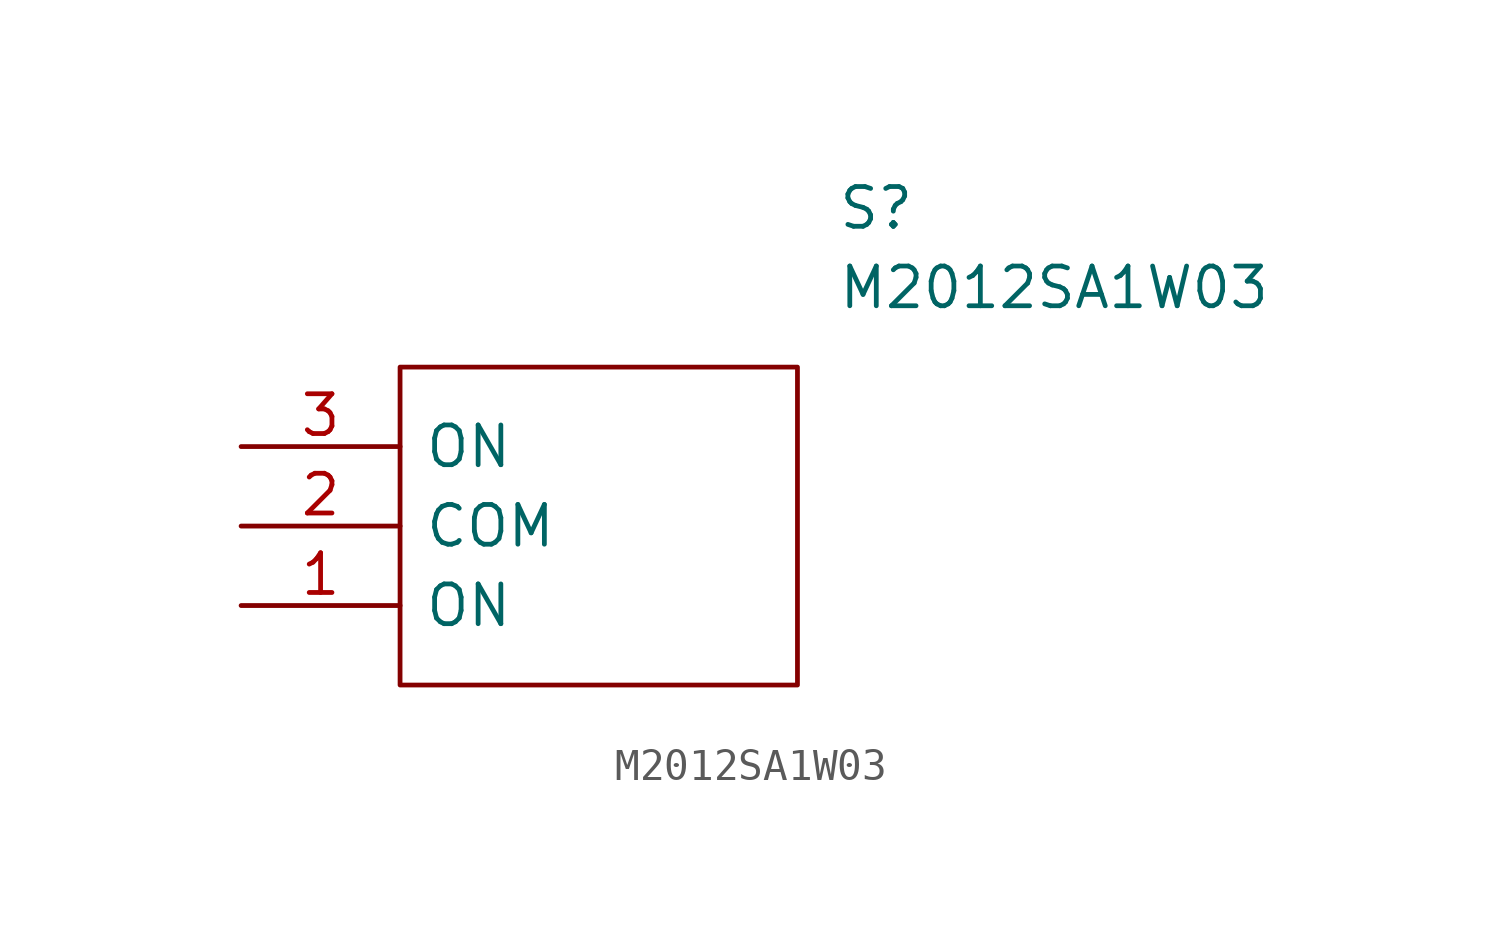
<source format=kicad_sym>
(kicad_symbol_lib
  (version 20211014)
  (generator kicad_symbol_editor)
  (symbol "M2012SA1W03"
    (pin_names
      (offset 0.762))
    (property "Reference" "S"
      (at 19.05 7.62 0)
      (effects (font (size 1.27 1.27)) (justify left)))
    (property "Value" "M2012SA1W03"
      (at 19.05 5.08 0)
      (effects (font (size 1.27 1.27)) (justify left)))
    (symbol "M2012SA1W03_0_0"
      (pin passive line (at 0 -5.08 0) (length 5.08) (name "ON" (effects (font (size 1.27 1.27)))) (number "1" (effects (font (size 1.27 1.27)))))
      (pin passive line (at 0 -2.54 0) (length 5.08) (name "COM" (effects (font (size 1.27 1.27)))) (number "2" (effects (font (size 1.27 1.27)))))
      (pin passive line (at 0 0 0) (length 5.08) (name "ON" (effects (font (size 1.27 1.27)))) (number "3" (effects (font (size 1.27 1.27))))))
    (symbol "M2012SA1W03_0_1"
      (polyline (pts (xy 5.08 2.54) (xy 17.78 2.54) (xy 17.78 -7.62) (xy 5.08 -7.62) (xy 5.08 2.54)) (stroke (width 0.152) (type default) (color 0 0 0 0)) (fill (type none))))))
</source>
